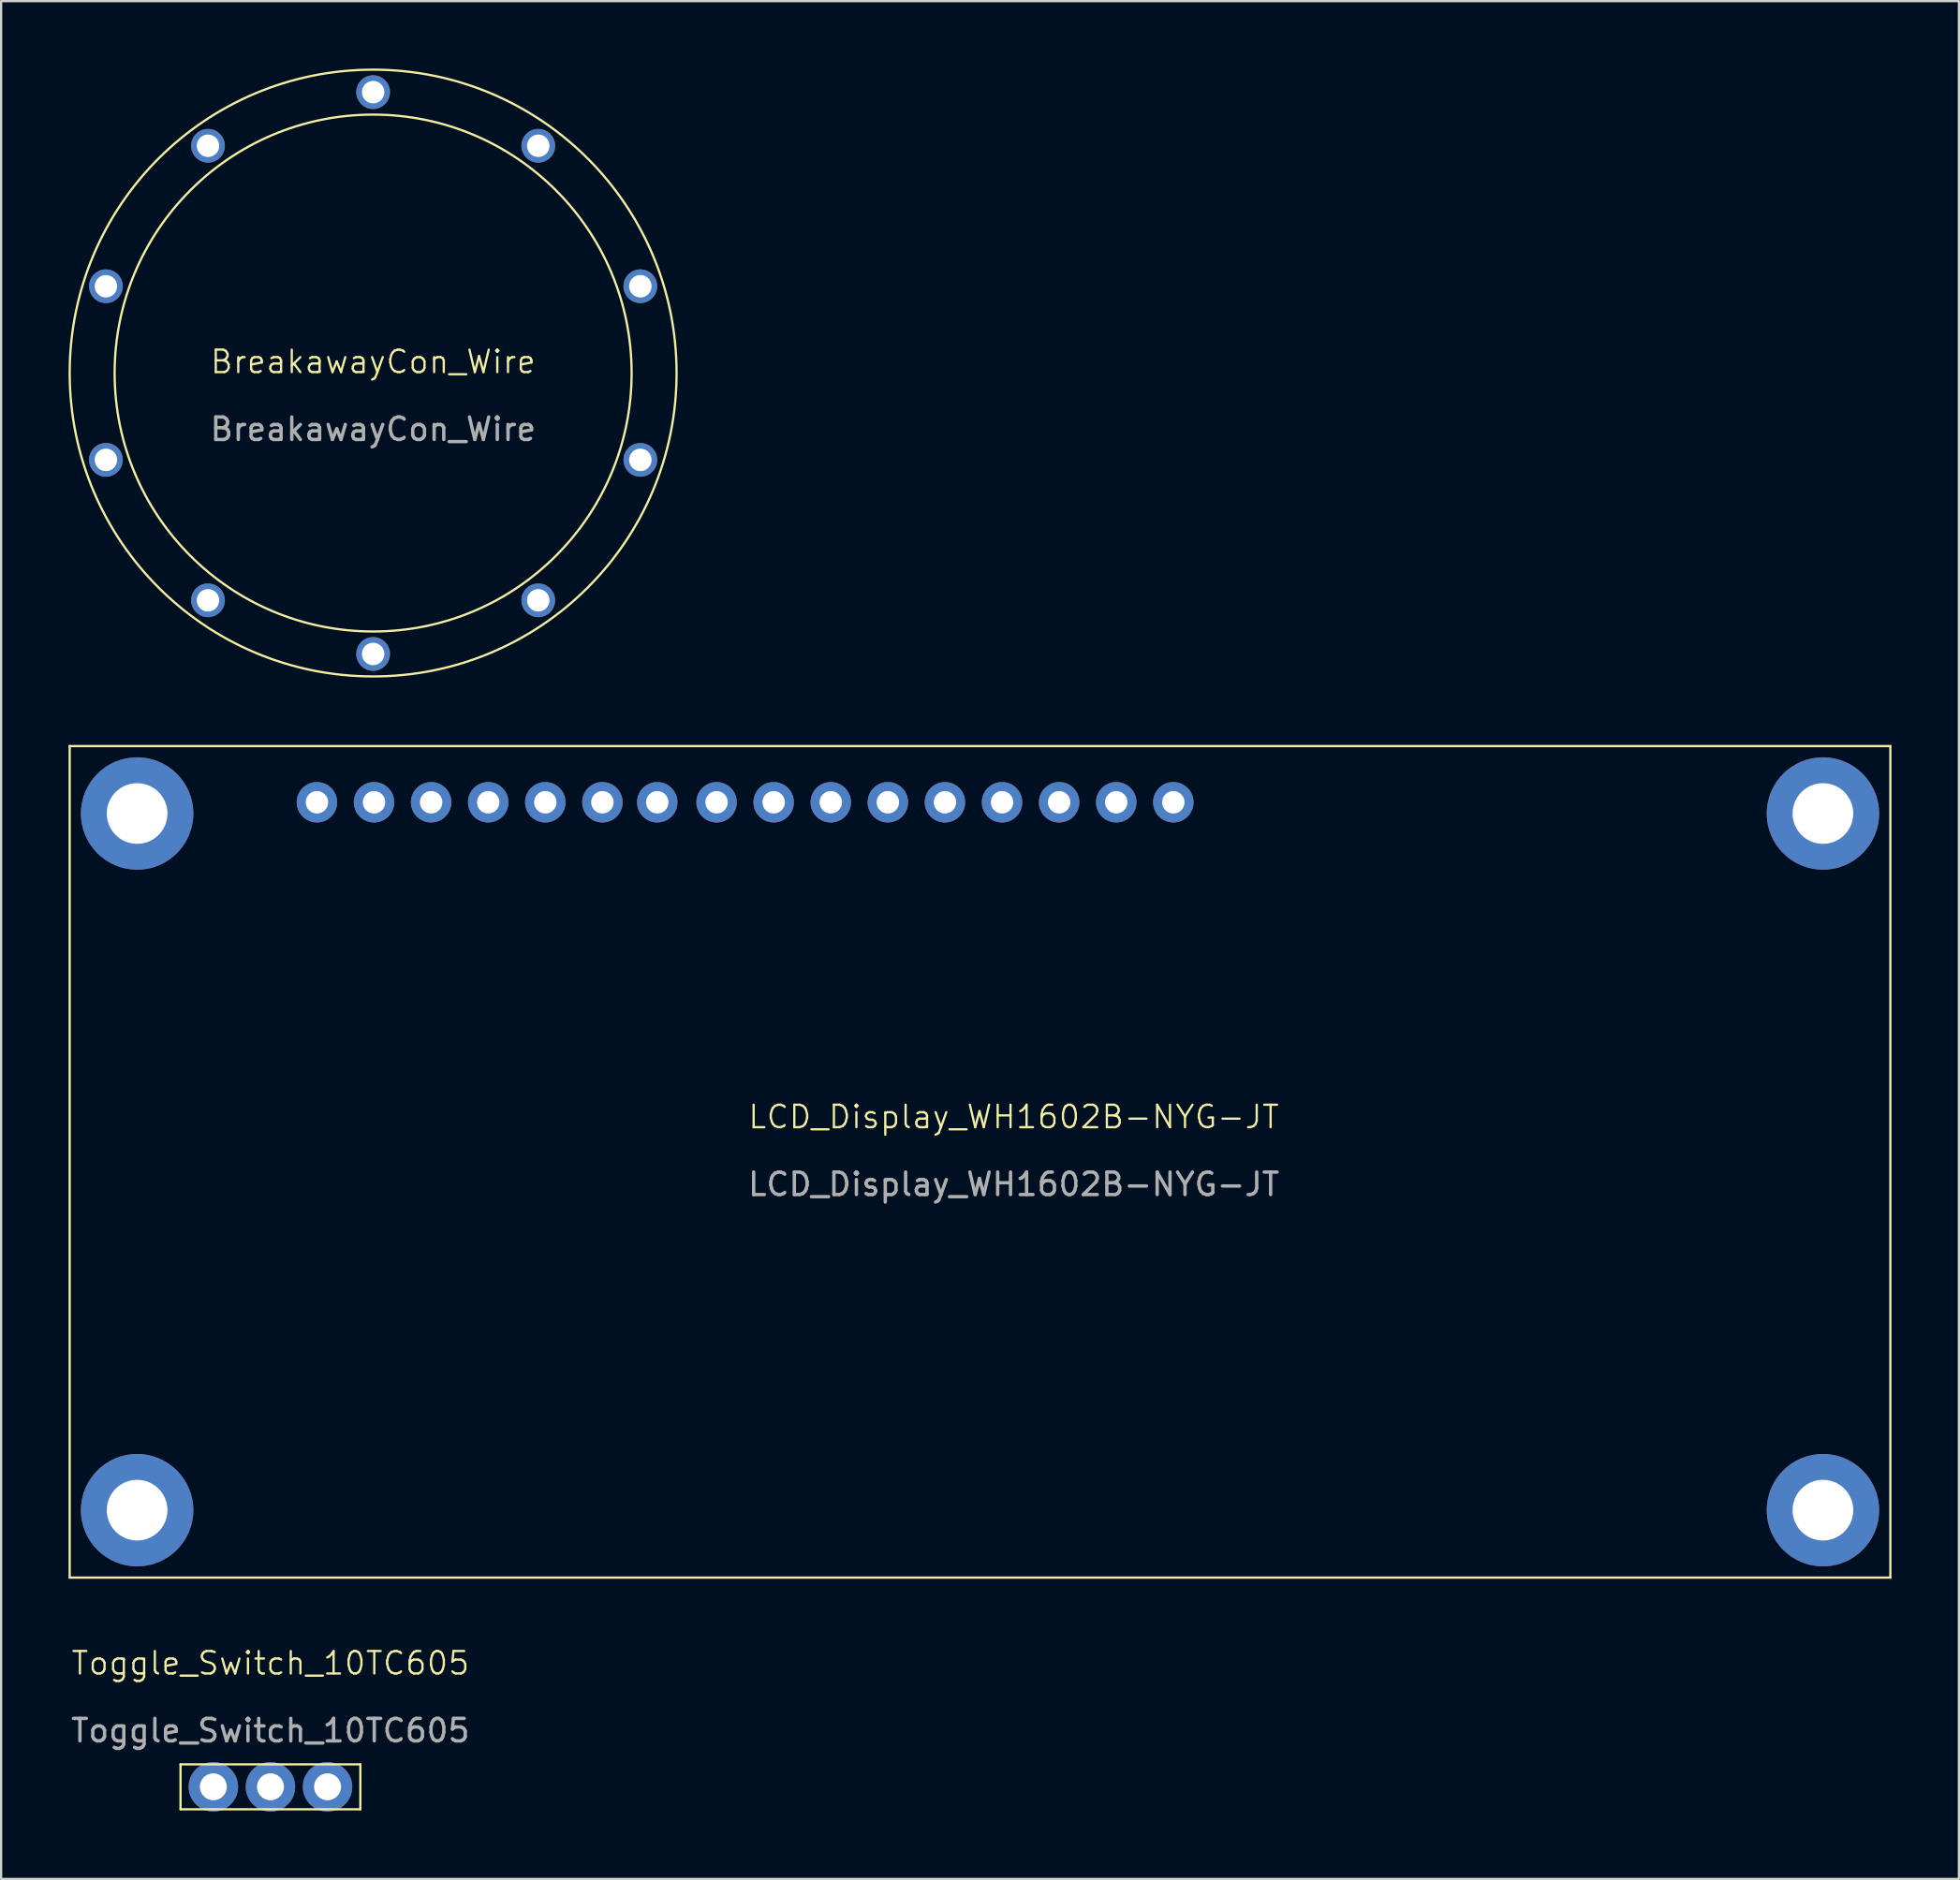
<source format=kicad_pcb>
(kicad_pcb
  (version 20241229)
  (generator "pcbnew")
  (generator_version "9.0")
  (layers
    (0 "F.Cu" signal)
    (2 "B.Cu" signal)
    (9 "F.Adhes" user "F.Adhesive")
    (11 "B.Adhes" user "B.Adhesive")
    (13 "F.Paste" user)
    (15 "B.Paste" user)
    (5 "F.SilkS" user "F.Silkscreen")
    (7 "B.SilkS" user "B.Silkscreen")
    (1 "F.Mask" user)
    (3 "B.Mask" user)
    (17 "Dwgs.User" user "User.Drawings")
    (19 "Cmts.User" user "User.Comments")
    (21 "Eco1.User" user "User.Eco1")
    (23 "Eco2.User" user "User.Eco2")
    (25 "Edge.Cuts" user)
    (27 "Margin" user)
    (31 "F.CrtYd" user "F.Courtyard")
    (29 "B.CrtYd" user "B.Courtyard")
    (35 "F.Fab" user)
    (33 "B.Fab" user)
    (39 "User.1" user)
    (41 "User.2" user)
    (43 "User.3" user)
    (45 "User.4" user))
  (footprint "BreakawayCon_Wire"
    (layer "F.Cu")
    (at 13.55 13.55)
    (property "Reference" "BreakawayCon_Wire" (at 0 -0.5 0) (unlocked yes) (layer "F.SilkS") (effects (font (size 1 1) (thickness 0.1))))
    (attr through_hole)
    (fp_circle (center 0 0) (end 11.5 0) (stroke (width 0.1) (type default)) (fill no) (layer "F.SilkS"))
    (fp_circle (center 0 0) (end 13.5 0) (stroke (width 0.1) (type default)) (fill no) (layer "F.SilkS"))
    (fp_text user "${REFERENCE}" (at 0 2.5 0) (unlocked yes) (layer "F.Fab") (effects (font (size 1 1) (thickness 0.15))))
    (pad "1" thru_hole circle (at 0 12.5) (size 1.5 1.5) (drill 1) (layers "*.Cu" "*.Mask"))
    (pad "2" thru_hole circle (at -7.347 10.113) (size 1.5 1.5) (drill 1) (layers "*.Cu" "*.Mask"))
    (pad "3" thru_hole circle (at -11.888 3.863) (size 1.5 1.5) (drill 1) (layers "*.Cu" "*.Mask"))
    (pad "4" thru_hole circle (at -11.888 -3.863) (size 1.5 1.5) (drill 1) (layers "*.Cu" "*.Mask"))
    (pad "5" thru_hole circle (at -7.347 -10.113) (size 1.5 1.5) (drill 1) (layers "*.Cu" "*.Mask"))
    (pad "6" thru_hole circle (at 0 -12.5) (size 1.5 1.5) (drill 1) (layers "*.Cu" "*.Mask"))
    (pad "7" thru_hole circle (at 7.347 -10.113) (size 1.5 1.5) (drill 1) (layers "*.Cu" "*.Mask"))
    (pad "8" thru_hole circle (at 11.888 -3.863) (size 1.5 1.5) (drill 1) (layers "*.Cu" "*.Mask"))
    (pad "9" thru_hole circle (at 11.888 3.863) (size 1.5 1.5) (drill 1) (layers "*.Cu" "*.Mask"))
    (pad "10" thru_hole circle (at 7.347 10.113) (size 1.5 1.5) (drill 1) (layers "*.Cu" "*.Mask")))
  (footprint "LCD_Display_WH1602B-NYG-JT"
    (layer "F.Cu")
    (at 3.05 33.15)
    (property "Reference" "LCD_Display_WH1602B-NYG-JT" (at 39 13.5 0) (unlocked yes) (layer "F.SilkS") (effects (font (size 1 1) (thickness 0.1))))
    (attr through_hole)
    (fp_line (start -3 -3) (end -3 34) (stroke (width 0.1) (type default)) (layer "F.SilkS"))
    (fp_line (start -3 34) (end 78 34) (stroke (width 0.1) (type default)) (layer "F.SilkS"))
    (fp_line (start 78 -3) (end -3 -3) (stroke (width 0.1) (type default)) (layer "F.SilkS"))
    (fp_line (start 78 34) (end 78 -3) (stroke (width 0.1) (type default)) (layer "F.SilkS"))
    (fp_text user "${REFERENCE}" (at 39 16.5 0) (unlocked yes) (layer "F.Fab") (effects (font (size 1 1) (thickness 0.15))))
    (pad "" np_thru_hole circle (at 0 0) (size 5 5) (drill 2.7) (layers "*.Cu" "*.Mask"))
    (pad "" np_thru_hole circle (at 0 31) (size 5 5) (drill 2.7) (layers "*.Cu" "*.Mask"))
    (pad "" np_thru_hole circle (at 75 0) (size 5 5) (drill 2.7) (layers "*.Cu" "*.Mask"))
    (pad "" np_thru_hole circle (at 75 31) (size 5 5) (drill 2.7) (layers "*.Cu" "*.Mask"))
    (pad "1" thru_hole circle (at 8 -0.5) (size 1.8 1.8) (drill 1) (layers "*.Cu" "*.Mask"))
    (pad "2" thru_hole circle (at 10.54 -0.5) (size 1.8 1.8) (drill 1) (layers "*.Cu" "*.Mask"))
    (pad "3" thru_hole circle (at 13.08 -0.5) (size 1.8 1.8) (drill 1) (layers "*.Cu" "*.Mask"))
    (pad "4" thru_hole circle (at 15.62 -0.5) (size 1.8 1.8) (drill 1) (layers "*.Cu" "*.Mask"))
    (pad "5" thru_hole circle (at 18.16 -0.5) (size 1.8 1.8) (drill 1) (layers "*.Cu" "*.Mask"))
    (pad "6" thru_hole circle (at 20.7 -0.5) (size 1.8 1.8) (drill 1) (layers "*.Cu" "*.Mask"))
    (pad "7" thru_hole circle (at 23.14 -0.5) (size 1.8 1.8) (drill 1) (layers "*.Cu" "*.Mask"))
    (pad "8" thru_hole circle (at 25.78 -0.5) (size 1.8 1.8) (drill 1) (layers "*.Cu" "*.Mask"))
    (pad "9" thru_hole circle (at 28.32 -0.5) (size 1.8 1.8) (drill 1) (layers "*.Cu" "*.Mask"))
    (pad "10" thru_hole circle (at 30.86 -0.5) (size 1.8 1.8) (drill 1) (layers "*.Cu" "*.Mask"))
    (pad "11" thru_hole circle (at 33.4 -0.5) (size 1.8 1.8) (drill 1) (layers "*.Cu" "*.Mask"))
    (pad "12" thru_hole circle (at 35.94 -0.5) (size 1.8 1.8) (drill 1) (layers "*.Cu" "*.Mask"))
    (pad "13" thru_hole circle (at 38.48 -0.5) (size 1.8 1.8) (drill 1) (layers "*.Cu" "*.Mask"))
    (pad "14" thru_hole circle (at 41.02 -0.5) (size 1.8 1.8) (drill 1) (layers "*.Cu" "*.Mask"))
    (pad "15" thru_hole circle (at 43.56 -0.5) (size 1.8 1.8) (drill 1) (layers "*.Cu" "*.Mask"))
    (pad "16" thru_hole circle (at 46.1 -0.5) (size 1.8 1.8) (drill 1) (layers "*.Cu" "*.Mask")))
  (footprint "Toggle_Switch_10TC605"
    (layer "F.Cu")
    (at 8.982 76.46)
    (property "Reference" "Toggle_Switch_10TC605" (at 0 -5.5 0) (unlocked yes) (layer "F.SilkS") (effects (font (size 1 1) (thickness 0.1))))
    (attr through_hole)
    (fp_line (start -4 -1) (end 4 -1) (stroke (width 0.1) (type default)) (layer "F.SilkS"))
    (fp_line (start -4 1) (end -4 -1) (stroke (width 0.1) (type default)) (layer "F.SilkS"))
    (fp_line (start 4 -1) (end 4 1) (stroke (width 0.1) (type default)) (layer "F.SilkS"))
    (fp_line (start 4 1) (end -4 1) (stroke (width 0.1) (type default)) (layer "F.SilkS"))
    (fp_text user "${REFERENCE}" (at 0 -2.5 0) (unlocked yes) (layer "F.Fab") (effects (font (size 1 1) (thickness 0.15))))
    (pad "1" thru_hole circle (at -2.54 0) (size 2.2 2.2) (drill 1.2) (layers "*.Cu" "*.Mask"))
    (pad "2" thru_hole circle (at 0 0) (size 2.2 2.2) (drill 1.2) (layers "*.Cu" "*.Mask"))
    (pad "3" thru_hole circle (at 2.54 0) (size 2.2 2.2) (drill 1.2) (layers "*.Cu" "*.Mask")))
  (gr_rect
    (start -3 -3)
    (end 84.1 80.561)
    (stroke (width 0.1) (type default))
    (fill no)
    (layer "Edge.Cuts")))
</source>
